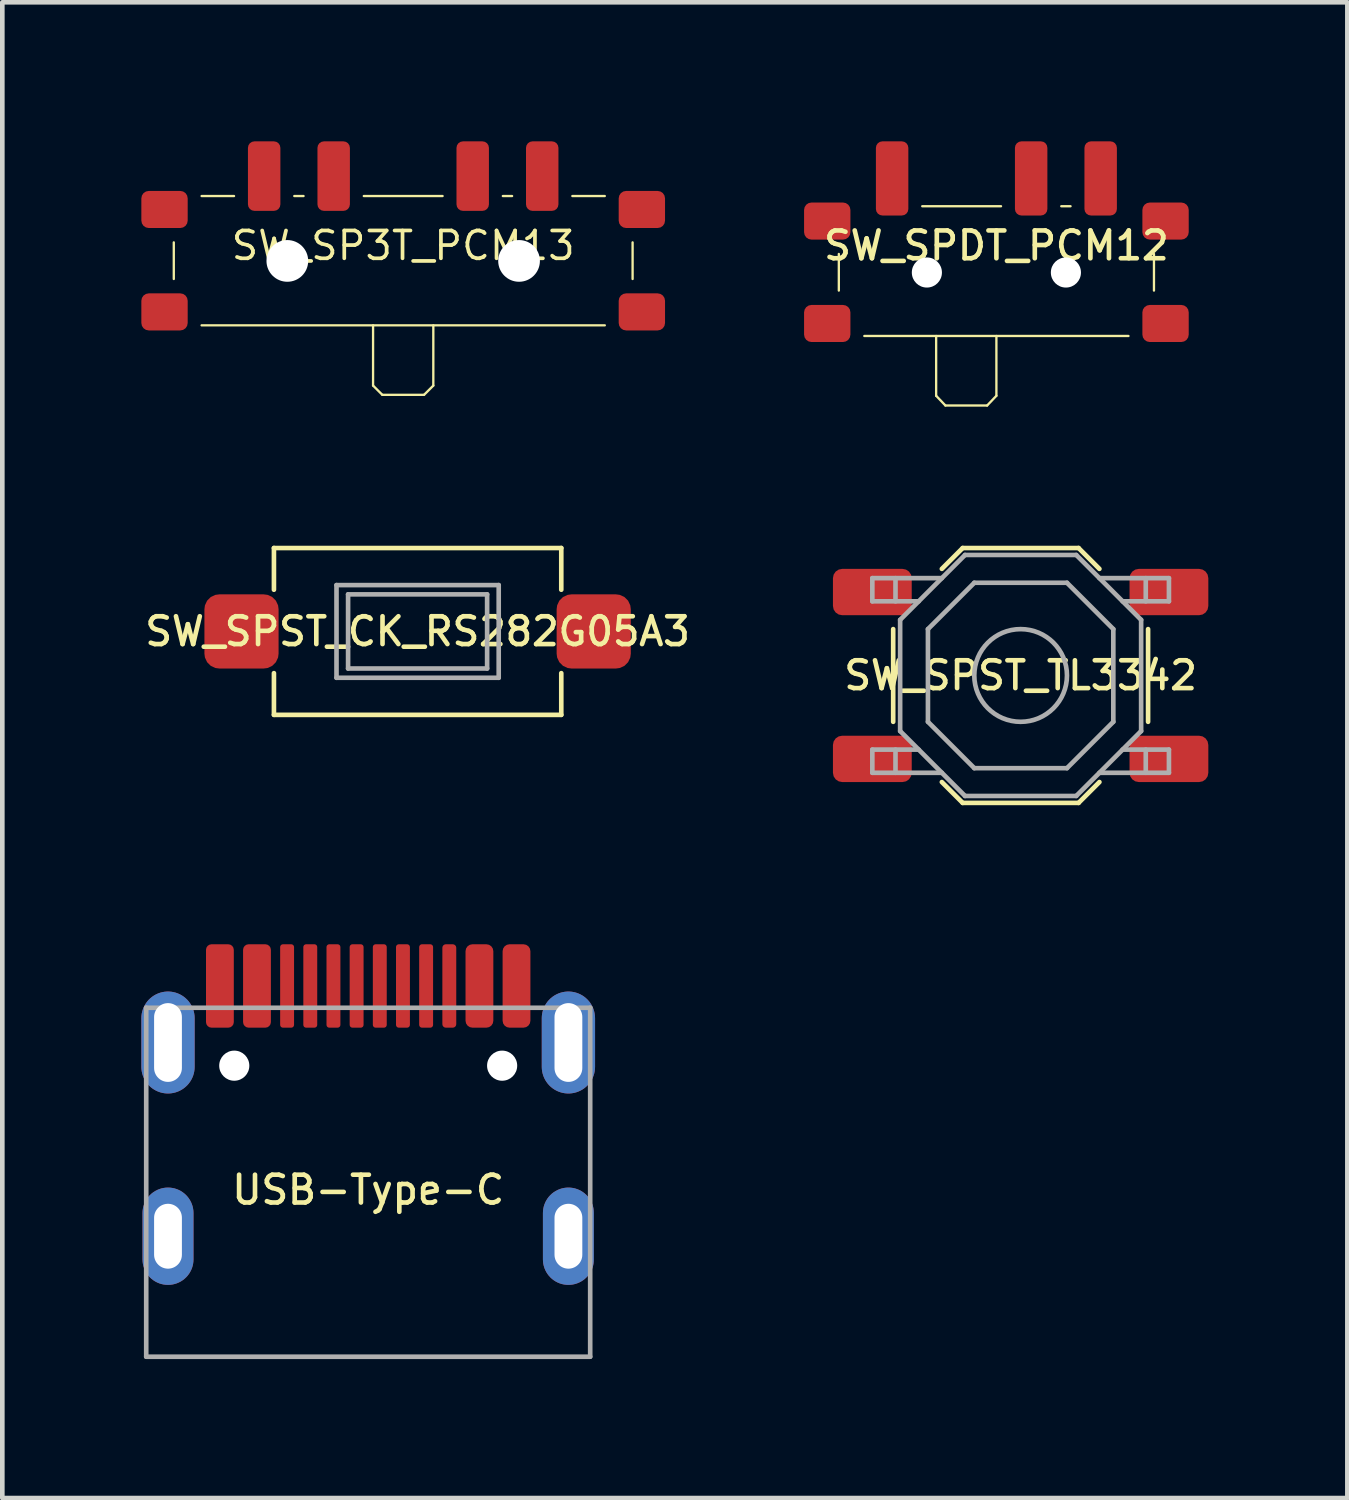
<source format=kicad_pcb>
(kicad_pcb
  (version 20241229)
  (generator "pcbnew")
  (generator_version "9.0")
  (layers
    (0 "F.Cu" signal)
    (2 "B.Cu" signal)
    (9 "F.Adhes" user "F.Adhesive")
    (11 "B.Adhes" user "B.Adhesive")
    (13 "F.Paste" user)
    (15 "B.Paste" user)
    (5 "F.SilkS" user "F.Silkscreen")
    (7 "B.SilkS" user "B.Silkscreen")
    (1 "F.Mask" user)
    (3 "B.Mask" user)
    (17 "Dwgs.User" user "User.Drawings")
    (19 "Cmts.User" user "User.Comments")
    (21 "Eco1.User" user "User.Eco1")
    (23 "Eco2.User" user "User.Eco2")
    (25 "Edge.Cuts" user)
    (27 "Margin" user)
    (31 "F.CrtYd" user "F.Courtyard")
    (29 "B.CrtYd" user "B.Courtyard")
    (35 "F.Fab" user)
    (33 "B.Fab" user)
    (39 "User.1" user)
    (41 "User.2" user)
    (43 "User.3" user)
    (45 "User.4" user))
  (footprint "SW_SPST_CK_RS282G05A3"
    (layer "F.Cu")
    (at 5.961 10.575)
    (property "Reference" "SW_SPST_CK_RS282G05A3" (at 0 0 0) (layer "F.SilkS") (effects (font (size 0.6 0.6) (thickness 0.1))))
    (attr smd)
    (fp_line (start -3.1 -1.8) (end 3.1 -1.8) (stroke (width 0.1) (type solid)) (layer "F.SilkS"))
    (fp_line (start -3.1 -0.9) (end -3.1 -1.8) (stroke (width 0.1) (type solid)) (layer "F.SilkS"))
    (fp_line (start -3.1 1.8) (end -3.1 0.9) (stroke (width 0.1) (type solid)) (layer "F.SilkS"))
    (fp_line (start 3.1 -1.8) (end 3.1 -0.9) (stroke (width 0.1) (type solid)) (layer "F.SilkS"))
    (fp_line (start 3.1 0.9) (end 3.1 1.8) (stroke (width 0.1) (type solid)) (layer "F.SilkS"))
    (fp_line (start 3.1 1.8) (end -3.1 1.8) (stroke (width 0.1) (type solid)) (layer "F.SilkS"))
    (fp_line (start -1.75 -1) (end 1.75 -1) (stroke (width 0.1) (type solid)) (layer "F.Fab"))
    (fp_line (start -1.75 1) (end -1.75 -1) (stroke (width 0.1) (type solid)) (layer "F.Fab"))
    (fp_line (start -1.5 -0.8) (end -1.5 0.8) (stroke (width 0.1) (type solid)) (layer "F.Fab"))
    (fp_line (start -1.5 -0.8) (end 1.5 -0.8) (stroke (width 0.1) (type solid)) (layer "F.Fab"))
    (fp_line (start -1.5 0.8) (end 1.5 0.8) (stroke (width 0.1) (type solid)) (layer "F.Fab"))
    (fp_line (start 1.5 -0.8) (end 1.5 0.8) (stroke (width 0.1) (type solid)) (layer "F.Fab"))
    (fp_line (start 1.75 -1) (end 1.75 1) (stroke (width 0.1) (type solid)) (layer "F.Fab"))
    (fp_line (start 1.75 1) (end -1.75 1) (stroke (width 0.1) (type solid)) (layer "F.Fab"))
    (pad "1" smd roundrect (at -3.8 0) (size 1.6 1.6) (layers "F.Cu" "F.Mask" "F.Paste") (roundrect_rratio 0.2))
    (pad "2" smd roundrect (at 3.8 0) (size 1.6 1.6) (layers "F.Cu" "F.Mask" "F.Paste") (roundrect_rratio 0.2)))
  (footprint "SW_SP3T_PCM13"
    (layer "F.Cu")
    (at 5.65 2.25)
    (property "Reference" "SW_SP3T_PCM13" (at 0 0 0) (layer "F.SilkS") (effects (font (size 0.6 0.6) (thickness 0.08))))
    (attr smd)
    (fp_line (start -4.95 -0.07) (end -4.95 0.72) (stroke (width 0.05) (type solid)) (layer "F.SilkS"))
    (fp_line (start -4.35 -1.07) (end -3.65 -1.07) (stroke (width 0.05) (type solid)) (layer "F.SilkS"))
    (fp_line (start -4.35 1.72) (end 4.35 1.72) (stroke (width 0.05) (type solid)) (layer "F.SilkS"))
    (fp_line (start -2.35 -1.07) (end -2.15 -1.07) (stroke (width 0.05) (type solid)) (layer "F.SilkS"))
    (fp_line (start -0.85 -1.07) (end 0.85 -1.07) (stroke (width 0.05) (type solid)) (layer "F.SilkS"))
    (fp_line (start -0.65 1.72) (end -0.65 3.02) (stroke (width 0.05) (type solid)) (layer "F.SilkS"))
    (fp_line (start -0.65 3.02) (end -0.45 3.22) (stroke (width 0.05) (type solid)) (layer "F.SilkS"))
    (fp_line (start 0.45 3.22) (end -0.45 3.22) (stroke (width 0.05) (type solid)) (layer "F.SilkS"))
    (fp_line (start 0.65 3.02) (end 0.45 3.22) (stroke (width 0.05) (type solid)) (layer "F.SilkS"))
    (fp_line (start 0.65 3.02) (end 0.65 1.72) (stroke (width 0.05) (type solid)) (layer "F.SilkS"))
    (fp_line (start 2.15 -1.07) (end 2.35 -1.07) (stroke (width 0.05) (type solid)) (layer "F.SilkS"))
    (fp_line (start 3.65 -1.07) (end 4.35 -1.07) (stroke (width 0.05) (type solid)) (layer "F.SilkS"))
    (fp_line (start 4.95 0.72) (end 4.95 -0.07) (stroke (width 0.05) (type solid)) (layer "F.SilkS"))
    (pad "" smd roundrect (at -5.15 -0.78) (size 1 0.8) (layers "F.Cu" "F.Mask" "F.Paste") (roundrect_rratio 0.2))
    (pad "" smd roundrect (at -5.15 1.43) (size 1 0.8) (layers "F.Cu" "F.Mask" "F.Paste") (roundrect_rratio 0.2))
    (pad "" np_thru_hole circle (at -2.5 0.33) (size 0.9 0.9) (drill 0.9) (layers "*.Cu" "*.Mask"))
    (pad "" np_thru_hole circle (at 2.5 0.33) (size 0.9 0.9) (drill 0.9) (layers "*.Cu" "*.Mask"))
    (pad "" smd roundrect (at 5.15 -0.78) (size 1 0.8) (layers "F.Cu" "F.Mask" "F.Paste") (roundrect_rratio 0.2))
    (pad "" smd roundrect (at 5.15 1.43) (size 1 0.8) (layers "F.Cu" "F.Mask" "F.Paste") (roundrect_rratio 0.2))
    (pad "1" smd roundrect (at -3 -1.5) (size 0.7 1.5) (layers "F.Cu" "F.Mask" "F.Paste") (roundrect_rratio 0.2))
    (pad "2" smd roundrect (at -1.5 -1.5) (size 0.7 1.5) (layers "F.Cu" "F.Mask" "F.Paste") (roundrect_rratio 0.2))
    (pad "3" smd roundrect (at 1.5 -1.5) (size 0.7 1.5) (layers "F.Cu" "F.Mask" "F.Paste") (roundrect_rratio 0.2))
    (pad "4" smd roundrect (at 3 -1.5) (size 0.7 1.5) (layers "F.Cu" "F.Mask" "F.Paste") (roundrect_rratio 0.2)))
  (footprint "SW_SPST_TL3342"
    (layer "F.Cu")
    (at 18.973 11.525)
    (property "Reference" "SW_SPST_TL3342" (at 0 0 0) (layer "F.SilkS") (effects (font (size 0.6 0.6) (thickness 0.1))))
    (attr smd)
    (fp_line (start -2.75 -1) (end -2.75 1) (stroke (width 0.1) (type solid)) (layer "F.SilkS"))
    (fp_line (start -1.7 -2.3) (end -1.25 -2.75) (stroke (width 0.1) (type solid)) (layer "F.SilkS"))
    (fp_line (start -1.7 2.3) (end -1.25 2.75) (stroke (width 0.1) (type solid)) (layer "F.SilkS"))
    (fp_line (start -1.25 -2.75) (end 1.25 -2.75) (stroke (width 0.1) (type solid)) (layer "F.SilkS"))
    (fp_line (start -1.25 2.75) (end 1.25 2.75) (stroke (width 0.1) (type solid)) (layer "F.SilkS"))
    (fp_line (start 1.7 -2.3) (end 1.25 -2.75) (stroke (width 0.1) (type solid)) (layer "F.SilkS"))
    (fp_line (start 1.7 2.3) (end 1.25 2.75) (stroke (width 0.1) (type solid)) (layer "F.SilkS"))
    (fp_line (start 2.75 -1) (end 2.75 1) (stroke (width 0.1) (type solid)) (layer "F.SilkS"))
    (fp_line (start -3.2 -2.1) (end -3.2 -1.6) (stroke (width 0.1) (type solid)) (layer "F.Fab"))
    (fp_line (start -3.2 -1.6) (end -2.2 -1.6) (stroke (width 0.1) (type solid)) (layer "F.Fab"))
    (fp_line (start -3.2 1.6) (end -2.2 1.6) (stroke (width 0.1) (type solid)) (layer "F.Fab"))
    (fp_line (start -3.2 2.1) (end -3.2 1.6) (stroke (width 0.1) (type solid)) (layer "F.Fab"))
    (fp_line (start -2.7 -2.1) (end -2.7 -1.6) (stroke (width 0.1) (type solid)) (layer "F.Fab"))
    (fp_line (start -2.7 2.1) (end -2.7 1.6) (stroke (width 0.1) (type solid)) (layer "F.Fab"))
    (fp_line (start -2.6 -1.2) (end -2.6 1.2) (stroke (width 0.1) (type solid)) (layer "F.Fab"))
    (fp_line (start -2.6 1.2) (end -1.2 2.6) (stroke (width 0.1) (type solid)) (layer "F.Fab"))
    (fp_line (start -2 -1) (end -1 -2) (stroke (width 0.1) (type solid)) (layer "F.Fab"))
    (fp_line (start -2 1) (end -2 -1) (stroke (width 0.1) (type solid)) (layer "F.Fab"))
    (fp_line (start -1.7 -2.1) (end -3.2 -2.1) (stroke (width 0.1) (type solid)) (layer "F.Fab"))
    (fp_line (start -1.7 2.1) (end -3.2 2.1) (stroke (width 0.1) (type solid)) (layer "F.Fab"))
    (fp_line (start -1.2 -2.6) (end -2.6 -1.2) (stroke (width 0.1) (type solid)) (layer "F.Fab"))
    (fp_line (start -1.2 2.6) (end 1.2 2.6) (stroke (width 0.1) (type solid)) (layer "F.Fab"))
    (fp_line (start -1 -2) (end 1 -2) (stroke (width 0.1) (type solid)) (layer "F.Fab"))
    (fp_line (start -1 2) (end -2 1) (stroke (width 0.1) (type solid)) (layer "F.Fab"))
    (fp_line (start 1 -2) (end 2 -1) (stroke (width 0.1) (type solid)) (layer "F.Fab"))
    (fp_line (start 1 2) (end -1 2) (stroke (width 0.1) (type solid)) (layer "F.Fab"))
    (fp_line (start 1.2 -2.6) (end -1.2 -2.6) (stroke (width 0.1) (type solid)) (layer "F.Fab"))
    (fp_line (start 1.2 2.6) (end 2.6 1.2) (stroke (width 0.1) (type solid)) (layer "F.Fab"))
    (fp_line (start 1.7 -2.1) (end 3.2 -2.1) (stroke (width 0.1) (type solid)) (layer "F.Fab"))
    (fp_line (start 1.7 2.1) (end 3.2 2.1) (stroke (width 0.1) (type solid)) (layer "F.Fab"))
    (fp_line (start 2 -1) (end 2 1) (stroke (width 0.1) (type solid)) (layer "F.Fab"))
    (fp_line (start 2 1) (end 1 2) (stroke (width 0.1) (type solid)) (layer "F.Fab"))
    (fp_line (start 2.6 -1.2) (end 1.2 -2.6) (stroke (width 0.1) (type solid)) (layer "F.Fab"))
    (fp_line (start 2.6 1.2) (end 2.6 -1.2) (stroke (width 0.1) (type solid)) (layer "F.Fab"))
    (fp_line (start 2.7 -2.1) (end 2.7 -1.6) (stroke (width 0.1) (type solid)) (layer "F.Fab"))
    (fp_line (start 2.7 2.1) (end 2.7 1.6) (stroke (width 0.1) (type solid)) (layer "F.Fab"))
    (fp_line (start 3.2 -2.1) (end 3.2 -1.6) (stroke (width 0.1) (type solid)) (layer "F.Fab"))
    (fp_line (start 3.2 -1.6) (end 2.2 -1.6) (stroke (width 0.1) (type solid)) (layer "F.Fab"))
    (fp_line (start 3.2 1.6) (end 2.2 1.6) (stroke (width 0.1) (type solid)) (layer "F.Fab"))
    (fp_line (start 3.2 2.1) (end 3.2 1.6) (stroke (width 0.1) (type solid)) (layer "F.Fab"))
    (fp_circle (center 0 0) (end 1 0) (stroke (width 0.1) (type solid)) (fill no) (layer "F.Fab"))
    (pad "1" smd roundrect (at -3.2 -1.8) (size 1.7 1) (layers "F.Cu" "F.Mask" "F.Paste") (roundrect_rratio 0.2))
    (pad "1" smd roundrect (at 3.2 -1.8) (size 1.7 1) (layers "F.Cu" "F.Mask" "F.Paste") (roundrect_rratio 0.2))
    (pad "2" smd roundrect (at -3.2 1.8) (size 1.7 1) (layers "F.Cu" "F.Mask" "F.Paste") (roundrect_rratio 0.2))
    (pad "2" smd roundrect (at 3.2 1.8) (size 1.7 1) (layers "F.Cu" "F.Mask" "F.Paste") (roundrect_rratio 0.2)))
  (footprint "USB-Type-C"
    (layer "F.Cu")
    (at 4.895 22.625)
    (property "Reference" "USB-Type-C" (at 0 0 0) (layer "F.SilkS") (effects (font (size 0.6 0.6) (thickness 0.1))))
    (attr smd)
    (fp_line (start -4.79 -1.65) (end -4.79 -0.4) (stroke (width 0.05) (type solid)) (layer "F.SilkS"))
    (fp_line (start -4.79 2.32) (end -4.79 3.6) (stroke (width 0.05) (type solid)) (layer "F.SilkS"))
    (fp_line (start -4.79 3.6) (end 4.79 3.6) (stroke (width 0.05) (type solid)) (layer "F.SilkS"))
    (fp_line (start 4.79 -1.65) (end 4.79 -0.4) (stroke (width 0.05) (type solid)) (layer "F.SilkS"))
    (fp_line (start 4.79 3.6) (end 4.79 2.32) (stroke (width 0.05) (type solid)) (layer "F.SilkS"))
    (fp_line (start -4.79 -3.93) (end 4.79 -3.93) (stroke (width 0.1) (type solid)) (layer "F.Fab"))
    (fp_line (start -4.79 3.6) (end -4.79 -3.93) (stroke (width 0.1) (type solid)) (layer "F.Fab"))
    (fp_line (start 4.79 -3.93) (end 4.79 3.6) (stroke (width 0.1) (type solid)) (layer "F.Fab"))
    (fp_line (start 4.79 3.6) (end -4.79 3.6) (stroke (width 0.1) (type solid)) (layer "F.Fab"))
    (pad "" np_thru_hole circle (at -2.89 -2.68) (size 0.65 0.65) (drill 0.65) (layers "*.Cu" "*.Mask"))
    (pad "" np_thru_hole circle (at 2.89 -2.68) (size 0.65 0.65) (drill 0.65) (layers "*.Cu" "*.Mask"))
    (pad "A1/B12" smd roundrect (at -3.2 -4.4) (size 0.6 1.8) (layers "F.Cu" "F.Mask" "F.Paste") (roundrect_rratio 0.2))
    (pad "A4/B9" smd roundrect (at -2.4 -4.4) (size 0.6 1.8) (layers "F.Cu" "F.Mask" "F.Paste") (roundrect_rratio 0.2))
    (pad "A5" smd roundrect (at -1.25 -4.4) (size 0.3 1.8) (layers "F.Cu" "F.Mask" "F.Paste") (roundrect_rratio 0.2))
    (pad "A6" smd roundrect (at -0.25 -4.4) (size 0.3 1.8) (layers "F.Cu" "F.Mask" "F.Paste") (roundrect_rratio 0.2))
    (pad "A7" smd roundrect (at 0.25 -4.4) (size 0.3 1.8) (layers "F.Cu" "F.Mask" "F.Paste") (roundrect_rratio 0.2))
    (pad "A8" smd roundrect (at 1.25 -4.4) (size 0.3 1.8) (layers "F.Cu" "F.Mask" "F.Paste") (roundrect_rratio 0.2))
    (pad "B1/A12" smd roundrect (at 3.2 -4.4) (size 0.6 1.8) (layers "F.Cu" "F.Mask" "F.Paste") (roundrect_rratio 0.25))
    (pad "B4/A9" smd roundrect (at 2.4 -4.4) (size 0.6 1.8) (layers "F.Cu" "F.Mask" "F.Paste") (roundrect_rratio 0.25))
    (pad "B5" smd roundrect (at 1.75 -4.4) (size 0.3 1.8) (layers "F.Cu" "F.Mask" "F.Paste") (roundrect_rratio 0.25))
    (pad "B6" smd roundrect (at 0.75 -4.4) (size 0.3 1.8) (layers "F.Cu" "F.Mask" "F.Paste") (roundrect_rratio 0.2))
    (pad "B7" smd roundrect (at -0.75 -4.4) (size 0.3 1.8) (layers "F.Cu" "F.Mask" "F.Paste") (roundrect_rratio 0.2))
    (pad "B8" smd roundrect (at -1.75 -4.4) (size 0.3 1.8) (layers "F.Cu" "F.Mask" "F.Paste") (roundrect_rratio 0.2))
    (pad "G1" thru_hole oval (at -4.32 1) (size 1.1 2.1) (drill oval 0.6 1.4) (layers "*.Cu" "*.Mask"))
    (pad "G2" thru_hole oval (at 4.32 1) (size 1.1 2.1) (drill oval 0.6 1.4) (layers "*.Cu" "*.Mask"))
    (pad "G3" thru_hole oval (at -4.32 -3.18) (size 1.15 2.2) (drill oval 0.6 1.7) (layers "*.Cu" "*.Mask"))
    (pad "G4" thru_hole oval (at 4.32 -3.18) (size 1.15 2.2) (drill oval 0.6 1.7) (layers "*.Cu" "*.Mask")))
  (footprint "SW_SPDT_PCM12"
    (layer "F.Cu")
    (at 18.45 2.5)
    (property "Reference" "SW_SPDT_PCM12" (at 0 -0.25 0) (layer "F.SilkS") (effects (font (size 0.6 0.6) (thickness 0.1))))
    (attr smd)
    (fp_line (start -3.4 -0.07) (end -3.4 0.72) (stroke (width 0.05) (type solid)) (layer "F.SilkS"))
    (fp_line (start -2.85 1.7) (end 2.85 1.7) (stroke (width 0.05) (type solid)) (layer "F.SilkS"))
    (fp_line (start -1.6 -1.1) (end 0.1 -1.1) (stroke (width 0.05) (type solid)) (layer "F.SilkS"))
    (fp_line (start -1.3 1.7) (end -1.3 2.99) (stroke (width 0.05) (type solid)) (layer "F.SilkS"))
    (fp_line (start -1.3 2.99) (end -1.1 3.2) (stroke (width 0.05) (type solid)) (layer "F.SilkS"))
    (fp_line (start -1.1 3.2) (end -0.2 3.2) (stroke (width 0.05) (type solid)) (layer "F.SilkS"))
    (fp_line (start 0 2.99) (end -0.2 3.2) (stroke (width 0.05) (type solid)) (layer "F.SilkS"))
    (fp_line (start 0 2.99) (end 0 1.7) (stroke (width 0.05) (type solid)) (layer "F.SilkS"))
    (fp_line (start 1.4 -1.1) (end 1.6 -1.1) (stroke (width 0.05) (type solid)) (layer "F.SilkS"))
    (fp_line (start 3.4 0.72) (end 3.4 -0.07) (stroke (width 0.05) (type solid)) (layer "F.SilkS"))
    (pad "" smd roundrect (at -3.65 -0.78) (size 1 0.8) (layers "F.Cu" "F.Mask" "F.Paste") (roundrect_rratio 0.2))
    (pad "" smd roundrect (at -3.65 1.43) (size 1 0.8) (layers "F.Cu" "F.Mask" "F.Paste") (roundrect_rratio 0.2))
    (pad "" np_thru_hole circle (at -1.5 0.33) (size 0.65 0.65) (drill 0.65) (layers "*.Cu" "*.Mask"))
    (pad "" np_thru_hole circle (at 1.5 0.33) (size 0.65 0.65) (drill 0.65) (layers "*.Cu" "*.Mask"))
    (pad "" smd roundrect (at 3.65 -0.78) (size 1 0.8) (layers "F.Cu" "F.Mask" "F.Paste") (roundrect_rratio 0.2))
    (pad "" smd roundrect (at 3.65 1.43) (size 1 0.8) (layers "F.Cu" "F.Mask" "F.Paste") (roundrect_rratio 0.2))
    (pad "1" smd roundrect (at -2.25 -1.7) (size 0.7 1.6) (layers "F.Cu" "F.Mask" "F.Paste") (roundrect_rratio 0.2))
    (pad "2" smd roundrect (at 0.75 -1.7) (size 0.7 1.6) (layers "F.Cu" "F.Mask" "F.Paste") (roundrect_rratio 0.2))
    (pad "3" smd roundrect (at 2.25 -1.7) (size 0.7 1.6) (layers "F.Cu" "F.Mask" "F.Paste") (roundrect_rratio 0.2)))
  (gr_rect
    (start -3 -3)
    (end 26.023 29.275)
    (stroke (width 0.1) (type default))
    (fill no)
    (layer "Edge.Cuts")))
</source>
